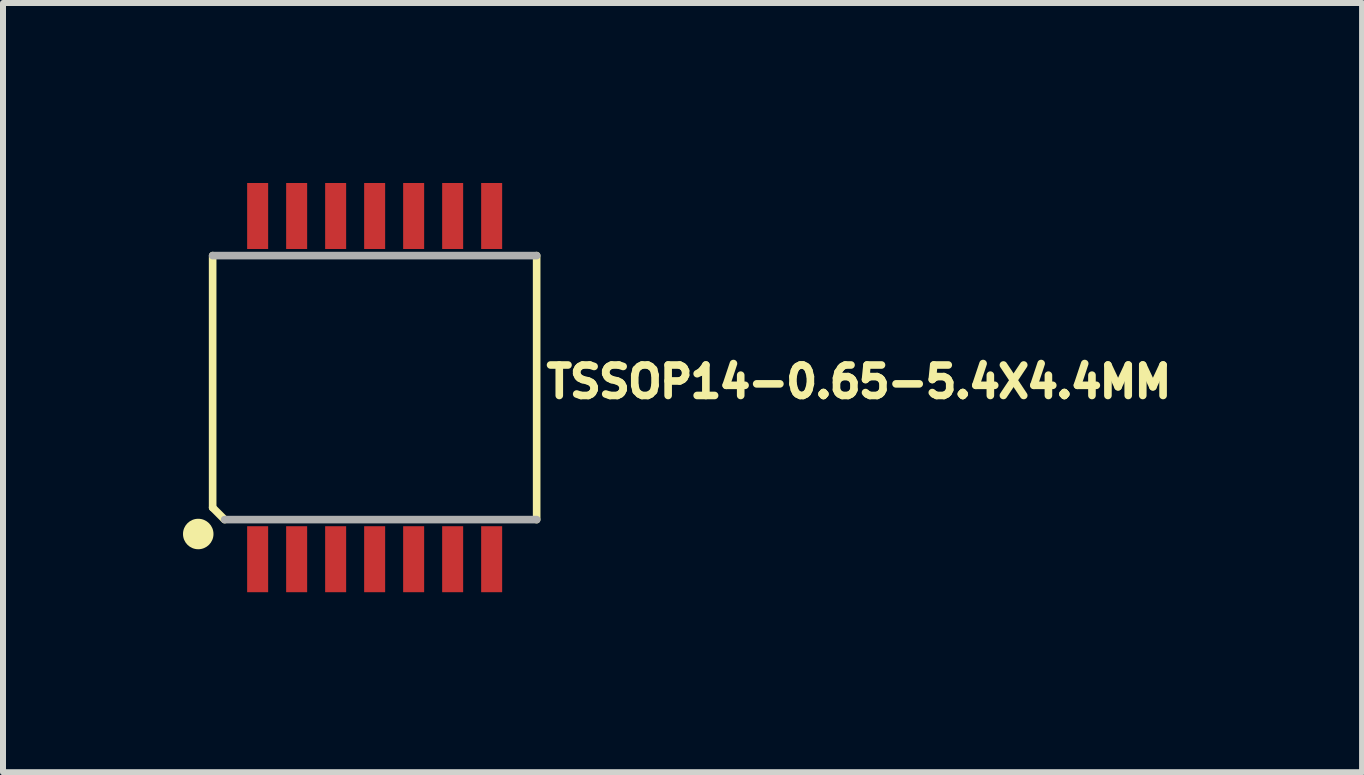
<source format=kicad_pcb>
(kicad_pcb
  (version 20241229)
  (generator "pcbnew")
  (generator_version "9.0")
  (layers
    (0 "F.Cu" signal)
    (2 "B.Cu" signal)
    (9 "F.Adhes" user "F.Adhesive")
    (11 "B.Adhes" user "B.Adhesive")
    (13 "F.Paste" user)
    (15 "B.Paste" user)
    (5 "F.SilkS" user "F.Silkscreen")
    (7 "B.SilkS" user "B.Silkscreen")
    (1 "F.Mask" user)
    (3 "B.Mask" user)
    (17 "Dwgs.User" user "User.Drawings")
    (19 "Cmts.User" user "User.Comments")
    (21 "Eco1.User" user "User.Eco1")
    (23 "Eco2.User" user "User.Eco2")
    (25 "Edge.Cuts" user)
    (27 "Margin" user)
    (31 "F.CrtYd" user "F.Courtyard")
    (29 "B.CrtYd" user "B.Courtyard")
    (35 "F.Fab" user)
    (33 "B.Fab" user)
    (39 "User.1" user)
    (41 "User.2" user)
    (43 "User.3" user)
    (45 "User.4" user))
  (footprint "TSSOP14-0.65-5.4X4.4MM"
    (layer "F.Cu")
    (at 3.194 3.41)
    (property "Reference" "TSSOP14-0.65-5.4X4.4MM" (at 2.8 0.2 0) (layer "F.SilkS") (effects (font (size 0.508 0.508) (thickness 0.127)) (justify left bottom)))
    (fp_line (start -2.7 2) (end -2.7 -2.2) (stroke (width 0.127) (type solid)) (layer "F.SilkS"))
    (fp_line (start -2.5 2.2) (end -2.7 2) (stroke (width 0.127) (type solid)) (layer "F.SilkS"))
    (fp_line (start 2.7 -2.2) (end 2.7 2.2) (stroke (width 0.127) (type solid)) (layer "F.SilkS"))
    (fp_circle (center -2.94 2.44) (end -2.813 2.44) (stroke (width 0.254) (type solid)) (fill yes) (layer "F.SilkS"))
    (fp_line (start -2.7 -2.2) (end 2.7 -2.2) (stroke (width 0.127) (type solid)) (layer "F.Fab"))
    (fp_line (start 2.7 2.2) (end -2.5 2.2) (stroke (width 0.127) (type solid)) (layer "F.Fab"))
    (pad "1" smd rect (at -1.95 2.86) (size 0.35 1.1) (layers "F.Cu" "F.Mask" "F.Paste"))
    (pad "2" smd rect (at -1.3 2.86) (size 0.35 1.1) (layers "F.Cu" "F.Mask" "F.Paste"))
    (pad "3" smd rect (at -0.65 2.86) (size 0.35 1.1) (layers "F.Cu" "F.Mask" "F.Paste"))
    (pad "4" smd rect (at 0 2.86) (size 0.35 1.1) (layers "F.Cu" "F.Mask" "F.Paste"))
    (pad "5" smd rect (at 0.65 2.86) (size 0.35 1.1) (layers "F.Cu" "F.Mask" "F.Paste"))
    (pad "6" smd rect (at 1.3 2.86) (size 0.35 1.1) (layers "F.Cu" "F.Mask" "F.Paste"))
    (pad "7" smd rect (at 1.95 2.86) (size 0.35 1.1) (layers "F.Cu" "F.Mask" "F.Paste"))
    (pad "8" smd rect (at 1.95 -2.86 180) (size 0.35 1.1) (layers "F.Cu" "F.Mask" "F.Paste"))
    (pad "9" smd rect (at 1.3 -2.86) (size 0.35 1.1) (layers "F.Cu" "F.Mask" "F.Paste"))
    (pad "10" smd rect (at 0.65 -2.86) (size 0.35 1.1) (layers "F.Cu" "F.Mask" "F.Paste"))
    (pad "11" smd rect (at 0 -2.86) (size 0.35 1.1) (layers "F.Cu" "F.Mask" "F.Paste"))
    (pad "12" smd rect (at -0.65 -2.86) (size 0.35 1.1) (layers "F.Cu" "F.Mask" "F.Paste"))
    (pad "13" smd rect (at -1.3 -2.86) (size 0.35 1.1) (layers "F.Cu" "F.Mask" "F.Paste"))
    (pad "14" smd rect (at -1.95 -2.86) (size 0.35 1.1) (layers "F.Cu" "F.Mask" "F.Paste")))
  (gr_rect
    (start -3 -3)
    (end 19.651 9.82)
    (stroke (width 0.1) (type default))
    (fill no)
    (layer "Edge.Cuts")))
</source>
